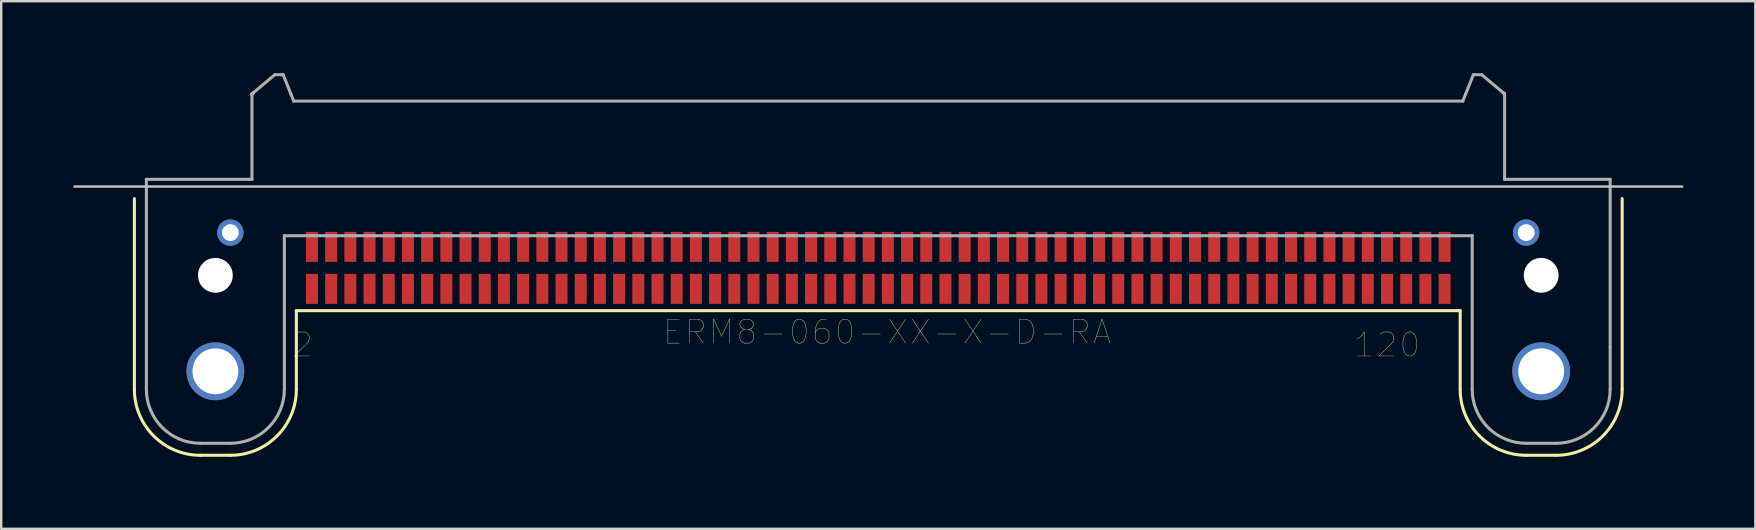
<source format=kicad_pcb>
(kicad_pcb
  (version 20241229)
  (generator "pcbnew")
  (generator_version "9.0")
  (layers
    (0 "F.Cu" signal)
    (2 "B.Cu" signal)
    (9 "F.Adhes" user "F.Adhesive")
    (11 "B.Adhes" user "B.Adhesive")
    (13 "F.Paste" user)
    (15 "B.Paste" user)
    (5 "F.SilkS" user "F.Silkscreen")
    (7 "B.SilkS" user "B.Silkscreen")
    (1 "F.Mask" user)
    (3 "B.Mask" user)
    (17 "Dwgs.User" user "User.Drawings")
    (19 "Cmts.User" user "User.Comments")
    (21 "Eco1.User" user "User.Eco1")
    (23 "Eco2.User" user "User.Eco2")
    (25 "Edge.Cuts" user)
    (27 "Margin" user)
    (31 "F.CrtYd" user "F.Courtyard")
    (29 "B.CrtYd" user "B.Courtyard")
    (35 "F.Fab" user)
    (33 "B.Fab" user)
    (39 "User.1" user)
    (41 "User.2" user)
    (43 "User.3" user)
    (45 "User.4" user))
  (footprint "ERM8-060-XX-X-D-RA"
    (layer "F.Cu")
    (at 33.55 4.723)
    (property "Reference" "ERM8-060-XX-X-D-RA" (at 0.375 6.065 0) (layer "F.SilkS") (effects (font (size 1 1) (thickness 0.015))))
    (attr through_hole)
    (fp_line (start -31 8.45) (end -31 0.5) (stroke (width 0.127) (type solid)) (layer "F.SilkS"))
    (fp_line (start -27 11.2) (end -28.25 11.2) (stroke (width 0.127) (type solid)) (layer "F.SilkS"))
    (fp_line (start -24.25 5.174) (end -24.25 8.45) (stroke (width 0.127) (type solid)) (layer "F.SilkS"))
    (fp_line (start 24.25 5.174) (end -24.25 5.174) (stroke (width 0.127) (type solid)) (layer "F.SilkS"))
    (fp_line (start 24.25 8.45) (end 24.25 5.174) (stroke (width 0.127) (type solid)) (layer "F.SilkS"))
    (fp_line (start 28.25 11.2) (end 27 11.2) (stroke (width 0.127) (type solid)) (layer "F.SilkS"))
    (fp_line (start 31 0.5) (end 31 8.45) (stroke (width 0.127) (type solid)) (layer "F.SilkS"))
    (fp_arc (start -28.25 11.2) (mid -30.194544 10.394544) (end -31 8.45) (stroke (width 0.127) (type solid)) (layer "F.SilkS"))
    (fp_arc (start -24.25 8.45) (mid -25.055456 10.394544) (end -27 11.2) (stroke (width 0.127) (type solid)) (layer "F.SilkS"))
    (fp_arc (start 27 11.2) (mid 25.055456 10.394544) (end 24.25 8.45) (stroke (width 0.127) (type solid)) (layer "F.SilkS"))
    (fp_arc (start 31 8.45) (mid 30.194544 10.394544) (end 28.25 11.2) (stroke (width 0.127) (type solid)) (layer "F.SilkS"))
    (fp_poly (pts (xy -27.625 6.495) (xy -27.562 6.497) (xy -27.499 6.502) (xy -27.436 6.51) (xy -27.374 6.521) (xy -27.313 6.536) (xy -27.253 6.554) (xy -27.193 6.575) (xy -27.135 6.599) (xy -27.078 6.626) (xy -27.023 6.656) (xy -26.969 6.689) (xy -26.917 6.725) (xy -26.867 6.764) (xy -26.819 6.805) (xy -26.773 6.848) (xy -26.73 6.894) (xy -26.689 6.942) (xy -26.65 6.992) (xy -26.614 7.044) (xy -26.581 7.098) (xy -26.551 7.153) (xy -26.524 7.21) (xy -26.5 7.268) (xy -26.479 7.328) (xy -26.461 7.388) (xy -26.446 7.449) (xy -26.435 7.511) (xy -26.427 7.574) (xy -26.422 7.637) (xy -26.42 7.7) (xy -26.422 7.763) (xy -26.427 7.826) (xy -26.435 7.889) (xy -26.446 7.951) (xy -26.461 8.012) (xy -26.479 8.072) (xy -26.5 8.132) (xy -26.524 8.19) (xy -26.551 8.247) (xy -26.581 8.303) (xy -26.614 8.356) (xy -26.65 8.408) (xy -26.689 8.458) (xy -26.73 8.506) (xy -26.773 8.552) (xy -26.819 8.595) (xy -26.867 8.636) (xy -26.917 8.675) (xy -26.969 8.711) (xy -27.023 8.744) (xy -27.078 8.774) (xy -27.135 8.801) (xy -27.193 8.825) (xy -27.253 8.846) (xy -27.313 8.864) (xy -27.374 8.879) (xy -27.436 8.89) (xy -27.499 8.898) (xy -27.562 8.903) (xy -27.625 8.905) (xy -27.688 8.903) (xy -27.751 8.898) (xy -27.814 8.89) (xy -27.876 8.879) (xy -27.937 8.864) (xy -27.997 8.846) (xy -28.057 8.825) (xy -28.115 8.801) (xy -28.172 8.774) (xy -28.227 8.744) (xy -28.281 8.711) (xy -28.333 8.675) (xy -28.383 8.636) (xy -28.431 8.595) (xy -28.477 8.552) (xy -28.52 8.506) (xy -28.561 8.458) (xy -28.6 8.408) (xy -28.636 8.356) (xy -28.669 8.303) (xy -28.699 8.247) (xy -28.726 8.19) (xy -28.75 8.132) (xy -28.771 8.072) (xy -28.789 8.012) (xy -28.804 7.951) (xy -28.815 7.889) (xy -28.823 7.826) (xy -28.828 7.763) (xy -28.83 7.7) (xy -28.828 7.637) (xy -28.823 7.574) (xy -28.815 7.511) (xy -28.804 7.449) (xy -28.789 7.388) (xy -28.771 7.328) (xy -28.75 7.268) (xy -28.726 7.21) (xy -28.699 7.153) (xy -28.669 7.098) (xy -28.636 7.044) (xy -28.6 6.992) (xy -28.561 6.942) (xy -28.52 6.894) (xy -28.477 6.848) (xy -28.431 6.805) (xy -28.383 6.764) (xy -28.333 6.725) (xy -28.281 6.689) (xy -28.227 6.656) (xy -28.172 6.626) (xy -28.115 6.599) (xy -28.057 6.575) (xy -27.997 6.554) (xy -27.937 6.536) (xy -27.876 6.521) (xy -27.814 6.51) (xy -27.751 6.502) (xy -27.688 6.497) (xy -27.625 6.495)) (stroke (width 0.127) (type solid)) (fill yes) (layer "F.Paste"))
    (fp_poly (pts (xy -27 0.955) (xy -26.949 0.956) (xy -26.899 0.96) (xy -26.849 0.967) (xy -26.799 0.976) (xy -26.75 0.988) (xy -26.702 1.002) (xy -26.654 1.019) (xy -26.607 1.038) (xy -26.562 1.06) (xy -26.517 1.084) (xy -26.474 1.111) (xy -26.433 1.139) (xy -26.393 1.17) (xy -26.354 1.203) (xy -26.318 1.238) (xy -26.283 1.274) (xy -26.25 1.313) (xy -26.219 1.353) (xy -26.191 1.394) (xy -26.164 1.438) (xy -26.14 1.482) (xy -26.118 1.527) (xy -26.099 1.574) (xy -26.082 1.622) (xy -26.068 1.67) (xy -26.056 1.719) (xy -26.047 1.769) (xy -26.04 1.819) (xy -26.036 1.869) (xy -26.035 1.92) (xy -26.036 1.971) (xy -26.04 2.021) (xy -26.047 2.071) (xy -26.056 2.121) (xy -26.068 2.17) (xy -26.082 2.218) (xy -26.099 2.266) (xy -26.118 2.313) (xy -26.14 2.358) (xy -26.164 2.402) (xy -26.191 2.446) (xy -26.219 2.487) (xy -26.25 2.527) (xy -26.283 2.566) (xy -26.318 2.602) (xy -26.354 2.637) (xy -26.393 2.67) (xy -26.433 2.701) (xy -26.474 2.729) (xy -26.517 2.756) (xy -26.562 2.78) (xy -26.607 2.802) (xy -26.654 2.821) (xy -26.702 2.838) (xy -26.75 2.852) (xy -26.799 2.864) (xy -26.849 2.873) (xy -26.899 2.88) (xy -26.949 2.884) (xy -27 2.885) (xy -27.051 2.884) (xy -27.101 2.88) (xy -27.151 2.873) (xy -27.201 2.864) (xy -27.25 2.852) (xy -27.298 2.838) (xy -27.346 2.821) (xy -27.393 2.802) (xy -27.438 2.78) (xy -27.483 2.756) (xy -27.526 2.729) (xy -27.567 2.701) (xy -27.607 2.67) (xy -27.646 2.637) (xy -27.682 2.602) (xy -27.717 2.566) (xy -27.75 2.527) (xy -27.781 2.487) (xy -27.809 2.446) (xy -27.836 2.402) (xy -27.86 2.358) (xy -27.882 2.313) (xy -27.901 2.266) (xy -27.918 2.218) (xy -27.932 2.17) (xy -27.944 2.121) (xy -27.953 2.071) (xy -27.96 2.021) (xy -27.964 1.971) (xy -27.965 1.92) (xy -27.964 1.869) (xy -27.96 1.819) (xy -27.953 1.769) (xy -27.944 1.719) (xy -27.932 1.67) (xy -27.918 1.622) (xy -27.901 1.574) (xy -27.882 1.527) (xy -27.86 1.482) (xy -27.836 1.438) (xy -27.809 1.394) (xy -27.781 1.353) (xy -27.75 1.313) (xy -27.717 1.274) (xy -27.682 1.238) (xy -27.646 1.203) (xy -27.607 1.17) (xy -27.567 1.139) (xy -27.526 1.111) (xy -27.483 1.084) (xy -27.438 1.06) (xy -27.393 1.038) (xy -27.346 1.019) (xy -27.298 1.002) (xy -27.25 0.988) (xy -27.201 0.976) (xy -27.151 0.967) (xy -27.101 0.96) (xy -27.051 0.956) (xy -27 0.955)) (stroke (width 0.127) (type solid)) (fill yes) (layer "F.Paste"))
    (fp_poly (pts (xy 27 0.955) (xy 27.051 0.956) (xy 27.101 0.96) (xy 27.151 0.967) (xy 27.201 0.976) (xy 27.25 0.988) (xy 27.298 1.002) (xy 27.346 1.019) (xy 27.393 1.038) (xy 27.438 1.06) (xy 27.483 1.084) (xy 27.526 1.111) (xy 27.567 1.139) (xy 27.607 1.17) (xy 27.646 1.203) (xy 27.682 1.238) (xy 27.717 1.274) (xy 27.75 1.313) (xy 27.781 1.353) (xy 27.809 1.394) (xy 27.836 1.438) (xy 27.86 1.482) (xy 27.882 1.527) (xy 27.901 1.574) (xy 27.918 1.622) (xy 27.932 1.67) (xy 27.944 1.719) (xy 27.953 1.769) (xy 27.96 1.819) (xy 27.964 1.869) (xy 27.965 1.92) (xy 27.964 1.971) (xy 27.96 2.021) (xy 27.953 2.071) (xy 27.944 2.121) (xy 27.932 2.17) (xy 27.918 2.218) (xy 27.901 2.266) (xy 27.882 2.313) (xy 27.86 2.358) (xy 27.836 2.402) (xy 27.809 2.446) (xy 27.781 2.487) (xy 27.75 2.527) (xy 27.717 2.566) (xy 27.682 2.602) (xy 27.646 2.637) (xy 27.607 2.67) (xy 27.567 2.701) (xy 27.526 2.729) (xy 27.483 2.756) (xy 27.438 2.78) (xy 27.393 2.802) (xy 27.346 2.821) (xy 27.298 2.838) (xy 27.25 2.852) (xy 27.201 2.864) (xy 27.151 2.873) (xy 27.101 2.88) (xy 27.051 2.884) (xy 27 2.885) (xy 26.949 2.884) (xy 26.899 2.88) (xy 26.849 2.873) (xy 26.799 2.864) (xy 26.75 2.852) (xy 26.702 2.838) (xy 26.654 2.821) (xy 26.607 2.802) (xy 26.562 2.78) (xy 26.517 2.756) (xy 26.474 2.729) (xy 26.433 2.701) (xy 26.393 2.67) (xy 26.354 2.637) (xy 26.318 2.602) (xy 26.283 2.566) (xy 26.25 2.527) (xy 26.219 2.487) (xy 26.191 2.446) (xy 26.164 2.402) (xy 26.14 2.358) (xy 26.118 2.313) (xy 26.099 2.266) (xy 26.082 2.218) (xy 26.068 2.17) (xy 26.056 2.121) (xy 26.047 2.071) (xy 26.04 2.021) (xy 26.036 1.971) (xy 26.035 1.92) (xy 26.036 1.869) (xy 26.04 1.819) (xy 26.047 1.769) (xy 26.056 1.719) (xy 26.068 1.67) (xy 26.082 1.622) (xy 26.099 1.574) (xy 26.118 1.527) (xy 26.14 1.482) (xy 26.164 1.438) (xy 26.191 1.394) (xy 26.219 1.353) (xy 26.25 1.313) (xy 26.283 1.274) (xy 26.318 1.238) (xy 26.354 1.203) (xy 26.393 1.17) (xy 26.433 1.139) (xy 26.474 1.111) (xy 26.517 1.084) (xy 26.562 1.06) (xy 26.607 1.038) (xy 26.654 1.019) (xy 26.702 1.002) (xy 26.75 0.988) (xy 26.799 0.976) (xy 26.849 0.967) (xy 26.899 0.96) (xy 26.949 0.956) (xy 27 0.955)) (stroke (width 0.127) (type solid)) (fill yes) (layer "F.Paste"))
    (fp_poly (pts (xy 27.625 6.495) (xy 27.688 6.497) (xy 27.751 6.502) (xy 27.814 6.51) (xy 27.876 6.521) (xy 27.937 6.536) (xy 27.997 6.554) (xy 28.057 6.575) (xy 28.115 6.599) (xy 28.172 6.626) (xy 28.227 6.656) (xy 28.281 6.689) (xy 28.333 6.725) (xy 28.383 6.764) (xy 28.431 6.805) (xy 28.477 6.848) (xy 28.52 6.894) (xy 28.561 6.942) (xy 28.6 6.992) (xy 28.636 7.044) (xy 28.669 7.098) (xy 28.699 7.153) (xy 28.726 7.21) (xy 28.75 7.268) (xy 28.771 7.328) (xy 28.789 7.388) (xy 28.804 7.449) (xy 28.815 7.511) (xy 28.823 7.574) (xy 28.828 7.637) (xy 28.83 7.7) (xy 28.828 7.763) (xy 28.823 7.826) (xy 28.815 7.889) (xy 28.804 7.951) (xy 28.789 8.012) (xy 28.771 8.072) (xy 28.75 8.132) (xy 28.726 8.19) (xy 28.699 8.247) (xy 28.669 8.303) (xy 28.636 8.356) (xy 28.6 8.408) (xy 28.561 8.458) (xy 28.52 8.506) (xy 28.477 8.552) (xy 28.431 8.595) (xy 28.383 8.636) (xy 28.333 8.675) (xy 28.281 8.711) (xy 28.227 8.744) (xy 28.172 8.774) (xy 28.115 8.801) (xy 28.057 8.825) (xy 27.997 8.846) (xy 27.937 8.864) (xy 27.876 8.879) (xy 27.814 8.89) (xy 27.751 8.898) (xy 27.688 8.903) (xy 27.625 8.905) (xy 27.562 8.903) (xy 27.499 8.898) (xy 27.436 8.89) (xy 27.374 8.879) (xy 27.313 8.864) (xy 27.253 8.846) (xy 27.193 8.825) (xy 27.135 8.801) (xy 27.078 8.774) (xy 27.023 8.744) (xy 26.969 8.711) (xy 26.917 8.675) (xy 26.867 8.636) (xy 26.819 8.595) (xy 26.773 8.552) (xy 26.73 8.506) (xy 26.689 8.458) (xy 26.65 8.408) (xy 26.614 8.356) (xy 26.581 8.303) (xy 26.551 8.247) (xy 26.524 8.19) (xy 26.5 8.132) (xy 26.479 8.072) (xy 26.461 8.012) (xy 26.446 7.951) (xy 26.435 7.889) (xy 26.427 7.826) (xy 26.422 7.763) (xy 26.42 7.7) (xy 26.422 7.637) (xy 26.427 7.574) (xy 26.435 7.511) (xy 26.446 7.449) (xy 26.461 7.388) (xy 26.479 7.328) (xy 26.5 7.268) (xy 26.524 7.21) (xy 26.551 7.153) (xy 26.581 7.098) (xy 26.614 7.044) (xy 26.65 6.992) (xy 26.689 6.942) (xy 26.73 6.894) (xy 26.773 6.848) (xy 26.819 6.805) (xy 26.867 6.764) (xy 26.917 6.725) (xy 26.969 6.689) (xy 27.023 6.656) (xy 27.078 6.626) (xy 27.135 6.599) (xy 27.193 6.575) (xy 27.253 6.554) (xy 27.313 6.536) (xy 27.374 6.521) (xy 27.436 6.51) (xy 27.499 6.502) (xy 27.562 6.497) (xy 27.625 6.495)) (stroke (width 0.127) (type solid)) (fill yes) (layer "F.Paste"))
    (fp_line (start -33.5 0) (end 33.5 0) (stroke (width 0.1) (type solid)) (layer "Dwgs.User"))
    (fp_line (start -30.5 -0.3) (end -30.5 8.45) (stroke (width 0.127) (type solid)) (layer "F.Fab"))
    (fp_line (start -28.25 10.7) (end -27 10.7) (stroke (width 0.127) (type solid)) (layer "F.Fab"))
    (fp_line (start -26.1 -3.86) (end -26.1 -0.3) (stroke (width 0.127) (type solid)) (layer "F.Fab"))
    (fp_line (start -26.1 -0.3) (end -30.5 -0.3) (stroke (width 0.127) (type solid)) (layer "F.Fab"))
    (fp_line (start -26.099 -3.861) (end -26.1 -3.86) (stroke (width 0.127) (type solid)) (layer "F.Fab"))
    (fp_line (start -26.094 -3.865) (end -26.099 -3.861) (stroke (width 0.127) (type solid)) (layer "F.Fab"))
    (fp_line (start -26.087 -3.871) (end -26.094 -3.865) (stroke (width 0.127) (type solid)) (layer "F.Fab"))
    (fp_line (start -26.077 -3.879) (end -26.087 -3.871) (stroke (width 0.127) (type solid)) (layer "F.Fab"))
    (fp_line (start -26.065 -3.89) (end -26.077 -3.879) (stroke (width 0.127) (type solid)) (layer "F.Fab"))
    (fp_line (start -26.05 -3.902) (end -26.065 -3.89) (stroke (width 0.127) (type solid)) (layer "F.Fab"))
    (fp_line (start -26.033 -3.916) (end -26.05 -3.902) (stroke (width 0.127) (type solid)) (layer "F.Fab"))
    (fp_line (start -25.147 -4.66) (end -26.033 -3.916) (stroke (width 0.127) (type solid)) (layer "F.Fab"))
    (fp_line (start -24.8 -4.66) (end -25.147 -4.66) (stroke (width 0.127) (type solid)) (layer "F.Fab"))
    (fp_line (start -24.75 2.05) (end 24.75 2.05) (stroke (width 0.127) (type solid)) (layer "F.Fab"))
    (fp_line (start -24.75 8.45) (end -24.75 2.05) (stroke (width 0.127) (type solid)) (layer "F.Fab"))
    (fp_line (start -24.48 -3.86) (end -24.8 -4.66) (stroke (width 0.127) (type solid)) (layer "F.Fab"))
    (fp_line (start -24.36 -3.56) (end -24.48 -3.86) (stroke (width 0.127) (type solid)) (layer "F.Fab"))
    (fp_line (start 24.36 -3.56) (end -24.36 -3.56) (stroke (width 0.127) (type solid)) (layer "F.Fab"))
    (fp_line (start 24.48 -3.86) (end 24.36 -3.56) (stroke (width 0.127) (type solid)) (layer "F.Fab"))
    (fp_line (start 24.75 2.05) (end 24.75 8.45) (stroke (width 0.127) (type solid)) (layer "F.Fab"))
    (fp_line (start 24.8 -4.66) (end 24.48 -3.86) (stroke (width 0.127) (type solid)) (layer "F.Fab"))
    (fp_line (start 25.147 -4.66) (end 24.8 -4.66) (stroke (width 0.127) (type solid)) (layer "F.Fab"))
    (fp_line (start 26.033 -3.916) (end 25.147 -4.66) (stroke (width 0.127) (type solid)) (layer "F.Fab"))
    (fp_line (start 26.05 -3.902) (end 26.033 -3.916) (stroke (width 0.127) (type solid)) (layer "F.Fab"))
    (fp_line (start 26.065 -3.89) (end 26.05 -3.902) (stroke (width 0.127) (type solid)) (layer "F.Fab"))
    (fp_line (start 26.077 -3.879) (end 26.065 -3.89) (stroke (width 0.127) (type solid)) (layer "F.Fab"))
    (fp_line (start 26.087 -3.871) (end 26.077 -3.879) (stroke (width 0.127) (type solid)) (layer "F.Fab"))
    (fp_line (start 26.094 -3.865) (end 26.087 -3.871) (stroke (width 0.127) (type solid)) (layer "F.Fab"))
    (fp_line (start 26.099 -3.861) (end 26.094 -3.865) (stroke (width 0.127) (type solid)) (layer "F.Fab"))
    (fp_line (start 26.1 -3.86) (end 26.099 -3.861) (stroke (width 0.127) (type solid)) (layer "F.Fab"))
    (fp_line (start 26.1 -0.3) (end 26.1 -3.86) (stroke (width 0.127) (type solid)) (layer "F.Fab"))
    (fp_line (start 27 10.7) (end 28.25 10.7) (stroke (width 0.127) (type solid)) (layer "F.Fab"))
    (fp_line (start 30.5 -0.3) (end 26.1 -0.3) (stroke (width 0.127) (type solid)) (layer "F.Fab"))
    (fp_line (start 30.5 6.7) (end 30.5 -0.3) (stroke (width 0.127) (type solid)) (layer "F.Fab"))
    (fp_line (start 30.5 8.45) (end 30.5 6.7) (stroke (width 0.127) (type solid)) (layer "F.Fab"))
    (fp_arc (start -28.25 10.7) (mid -29.84099 10.04099) (end -30.5 8.45) (stroke (width 0.127) (type solid)) (layer "F.Fab"))
    (fp_arc (start -24.75 8.45) (mid -25.40901 10.04099) (end -27 10.7) (stroke (width 0.127) (type solid)) (layer "F.Fab"))
    (fp_arc (start 27 10.7) (mid 25.40901 10.04099) (end 24.75 8.45) (stroke (width 0.127) (type solid)) (layer "F.Fab"))
    (fp_arc (start 30.5 8.45) (mid 29.84099 10.04099) (end 28.25 10.7) (stroke (width 0.127) (type solid)) (layer "F.Fab"))
    (fp_text user "120" (at 21.2 6.6 0) (layer "F.SilkS") (effects (font (size 1 1) (thickness 0.015))))
    (fp_text user "2" (at -24 6.6 0) (layer "F.SilkS") (effects (font (size 1 1) (thickness 0.015))))
    (pad "" np_thru_hole circle (at -27.625 3.7) (size 1.45 1.45) (drill 1.45) (layers "*.Cu" "*.Mask"))
    (pad "" np_thru_hole circle (at 27.625 3.7) (size 1.45 1.45) (drill 1.45) (layers "*.Cu" "*.Mask"))
    (pad "1" smd rect (at -23.6 2.515) (size 0.5 1.25) (layers "F.Cu" "F.Mask" "F.Paste"))
    (pad "2" smd rect (at -23.6 4.265) (size 0.5 1.25) (layers "F.Cu" "F.Mask" "F.Paste"))
    (pad "3" smd rect (at -22.8 2.515) (size 0.5 1.25) (layers "F.Cu" "F.Mask" "F.Paste"))
    (pad "4" smd rect (at -22.8 4.265) (size 0.5 1.25) (layers "F.Cu" "F.Mask" "F.Paste"))
    (pad "5" smd rect (at -22 2.515) (size 0.5 1.25) (layers "F.Cu" "F.Mask" "F.Paste"))
    (pad "6" smd rect (at -22 4.265) (size 0.5 1.25) (layers "F.Cu" "F.Mask" "F.Paste"))
    (pad "7" smd rect (at -21.2 2.515) (size 0.5 1.25) (layers "F.Cu" "F.Mask" "F.Paste"))
    (pad "8" smd rect (at -21.2 4.265) (size 0.5 1.25) (layers "F.Cu" "F.Mask" "F.Paste"))
    (pad "9" smd rect (at -20.4 2.515) (size 0.5 1.25) (layers "F.Cu" "F.Mask" "F.Paste"))
    (pad "10" smd rect (at -20.4 4.265) (size 0.5 1.25) (layers "F.Cu" "F.Mask" "F.Paste"))
    (pad "11" smd rect (at -19.6 2.515) (size 0.5 1.25) (layers "F.Cu" "F.Mask" "F.Paste"))
    (pad "12" smd rect (at -19.6 4.265) (size 0.5 1.25) (layers "F.Cu" "F.Mask" "F.Paste"))
    (pad "13" smd rect (at -18.8 2.515) (size 0.5 1.25) (layers "F.Cu" "F.Mask" "F.Paste"))
    (pad "14" smd rect (at -18.8 4.265) (size 0.5 1.25) (layers "F.Cu" "F.Mask" "F.Paste"))
    (pad "15" smd rect (at -18 2.515) (size 0.5 1.25) (layers "F.Cu" "F.Mask" "F.Paste"))
    (pad "16" smd rect (at -18 4.265) (size 0.5 1.25) (layers "F.Cu" "F.Mask" "F.Paste"))
    (pad "17" smd rect (at -17.2 2.515) (size 0.5 1.25) (layers "F.Cu" "F.Mask" "F.Paste"))
    (pad "18" smd rect (at -17.2 4.265) (size 0.5 1.25) (layers "F.Cu" "F.Mask" "F.Paste"))
    (pad "19" smd rect (at -16.4 2.515) (size 0.5 1.25) (layers "F.Cu" "F.Mask" "F.Paste"))
    (pad "20" smd rect (at -16.4 4.265) (size 0.5 1.25) (layers "F.Cu" "F.Mask" "F.Paste"))
    (pad "21" smd rect (at -15.6 2.515) (size 0.5 1.25) (layers "F.Cu" "F.Mask" "F.Paste"))
    (pad "22" smd rect (at -15.6 4.265) (size 0.5 1.25) (layers "F.Cu" "F.Mask" "F.Paste"))
    (pad "23" smd rect (at -14.8 2.515) (size 0.5 1.25) (layers "F.Cu" "F.Mask" "F.Paste"))
    (pad "24" smd rect (at -14.8 4.265) (size 0.5 1.25) (layers "F.Cu" "F.Mask" "F.Paste"))
    (pad "25" smd rect (at -14 2.515) (size 0.5 1.25) (layers "F.Cu" "F.Mask" "F.Paste"))
    (pad "26" smd rect (at -14 4.265) (size 0.5 1.25) (layers "F.Cu" "F.Mask" "F.Paste"))
    (pad "27" smd rect (at -13.2 2.515) (size 0.5 1.25) (layers "F.Cu" "F.Mask" "F.Paste"))
    (pad "28" smd rect (at -13.2 4.265) (size 0.5 1.25) (layers "F.Cu" "F.Mask" "F.Paste"))
    (pad "29" smd rect (at -12.4 2.515) (size 0.5 1.25) (layers "F.Cu" "F.Mask" "F.Paste"))
    (pad "30" smd rect (at -12.4 4.265) (size 0.5 1.25) (layers "F.Cu" "F.Mask" "F.Paste"))
    (pad "31" smd rect (at -11.6 2.515) (size 0.5 1.25) (layers "F.Cu" "F.Mask" "F.Paste"))
    (pad "32" smd rect (at -11.6 4.265) (size 0.5 1.25) (layers "F.Cu" "F.Mask" "F.Paste"))
    (pad "33" smd rect (at -10.8 2.515) (size 0.5 1.25) (layers "F.Cu" "F.Mask" "F.Paste"))
    (pad "34" smd rect (at -10.8 4.265) (size 0.5 1.25) (layers "F.Cu" "F.Mask" "F.Paste"))
    (pad "35" smd rect (at -10 2.515) (size 0.5 1.25) (layers "F.Cu" "F.Mask" "F.Paste"))
    (pad "36" smd rect (at -10 4.265) (size 0.5 1.25) (layers "F.Cu" "F.Mask" "F.Paste"))
    (pad "37" smd rect (at -9.2 2.515) (size 0.5 1.25) (layers "F.Cu" "F.Mask" "F.Paste"))
    (pad "38" smd rect (at -9.2 4.265) (size 0.5 1.25) (layers "F.Cu" "F.Mask" "F.Paste"))
    (pad "39" smd rect (at -8.4 2.515) (size 0.5 1.25) (layers "F.Cu" "F.Mask" "F.Paste"))
    (pad "40" smd rect (at -8.4 4.265) (size 0.5 1.25) (layers "F.Cu" "F.Mask" "F.Paste"))
    (pad "41" smd rect (at -7.6 2.515) (size 0.5 1.25) (layers "F.Cu" "F.Mask" "F.Paste"))
    (pad "42" smd rect (at -7.6 4.265) (size 0.5 1.25) (layers "F.Cu" "F.Mask" "F.Paste"))
    (pad "43" smd rect (at -6.8 2.515) (size 0.5 1.25) (layers "F.Cu" "F.Mask" "F.Paste"))
    (pad "44" smd rect (at -6.8 4.265) (size 0.5 1.25) (layers "F.Cu" "F.Mask" "F.Paste"))
    (pad "45" smd rect (at -6 2.515) (size 0.5 1.25) (layers "F.Cu" "F.Mask" "F.Paste"))
    (pad "46" smd rect (at -6 4.265) (size 0.5 1.25) (layers "F.Cu" "F.Mask" "F.Paste"))
    (pad "47" smd rect (at -5.2 2.515) (size 0.5 1.25) (layers "F.Cu" "F.Mask" "F.Paste"))
    (pad "48" smd rect (at -5.2 4.265) (size 0.5 1.25) (layers "F.Cu" "F.Mask" "F.Paste"))
    (pad "49" smd rect (at -4.4 2.515) (size 0.5 1.25) (layers "F.Cu" "F.Mask" "F.Paste"))
    (pad "50" smd rect (at -4.4 4.265) (size 0.5 1.25) (layers "F.Cu" "F.Mask" "F.Paste"))
    (pad "51" smd rect (at -3.6 2.515) (size 0.5 1.25) (layers "F.Cu" "F.Mask" "F.Paste"))
    (pad "52" smd rect (at -3.6 4.265) (size 0.5 1.25) (layers "F.Cu" "F.Mask" "F.Paste"))
    (pad "53" smd rect (at -2.8 2.515) (size 0.5 1.25) (layers "F.Cu" "F.Mask" "F.Paste"))
    (pad "54" smd rect (at -2.8 4.265) (size 0.5 1.25) (layers "F.Cu" "F.Mask" "F.Paste"))
    (pad "55" smd rect (at -2 2.515) (size 0.5 1.25) (layers "F.Cu" "F.Mask" "F.Paste"))
    (pad "56" smd rect (at -2 4.265) (size 0.5 1.25) (layers "F.Cu" "F.Mask" "F.Paste"))
    (pad "57" smd rect (at -1.2 2.515) (size 0.5 1.25) (layers "F.Cu" "F.Mask" "F.Paste"))
    (pad "58" smd rect (at -1.2 4.265) (size 0.5 1.25) (layers "F.Cu" "F.Mask" "F.Paste"))
    (pad "59" smd rect (at -0.4 2.515) (size 0.5 1.25) (layers "F.Cu" "F.Mask" "F.Paste"))
    (pad "60" smd rect (at -0.4 4.265) (size 0.5 1.25) (layers "F.Cu" "F.Mask" "F.Paste"))
    (pad "61" smd rect (at 0.4 2.515) (size 0.5 1.25) (layers "F.Cu" "F.Mask" "F.Paste"))
    (pad "62" smd rect (at 0.4 4.265) (size 0.5 1.25) (layers "F.Cu" "F.Mask" "F.Paste"))
    (pad "63" smd rect (at 1.2 2.515) (size 0.5 1.25) (layers "F.Cu" "F.Mask" "F.Paste"))
    (pad "64" smd rect (at 1.2 4.265) (size 0.5 1.25) (layers "F.Cu" "F.Mask" "F.Paste"))
    (pad "65" smd rect (at 2 2.515) (size 0.5 1.25) (layers "F.Cu" "F.Mask" "F.Paste"))
    (pad "66" smd rect (at 2 4.265) (size 0.5 1.25) (layers "F.Cu" "F.Mask" "F.Paste"))
    (pad "67" smd rect (at 2.8 2.515) (size 0.5 1.25) (layers "F.Cu" "F.Mask" "F.Paste"))
    (pad "68" smd rect (at 2.8 4.265) (size 0.5 1.25) (layers "F.Cu" "F.Mask" "F.Paste"))
    (pad "69" smd rect (at 3.6 2.515) (size 0.5 1.25) (layers "F.Cu" "F.Mask" "F.Paste"))
    (pad "70" smd rect (at 3.6 4.265) (size 0.5 1.25) (layers "F.Cu" "F.Mask" "F.Paste"))
    (pad "71" smd rect (at 4.4 2.515) (size 0.5 1.25) (layers "F.Cu" "F.Mask" "F.Paste"))
    (pad "72" smd rect (at 4.4 4.265) (size 0.5 1.25) (layers "F.Cu" "F.Mask" "F.Paste"))
    (pad "73" smd rect (at 5.2 2.515) (size 0.5 1.25) (layers "F.Cu" "F.Mask" "F.Paste"))
    (pad "74" smd rect (at 5.2 4.265) (size 0.5 1.25) (layers "F.Cu" "F.Mask" "F.Paste"))
    (pad "75" smd rect (at 6 2.515) (size 0.5 1.25) (layers "F.Cu" "F.Mask" "F.Paste"))
    (pad "76" smd rect (at 6 4.265) (size 0.5 1.25) (layers "F.Cu" "F.Mask" "F.Paste"))
    (pad "77" smd rect (at 6.8 2.515) (size 0.5 1.25) (layers "F.Cu" "F.Mask" "F.Paste"))
    (pad "78" smd rect (at 6.8 4.265) (size 0.5 1.25) (layers "F.Cu" "F.Mask" "F.Paste"))
    (pad "79" smd rect (at 7.6 2.515) (size 0.5 1.25) (layers "F.Cu" "F.Mask" "F.Paste"))
    (pad "80" smd rect (at 7.6 4.265) (size 0.5 1.25) (layers "F.Cu" "F.Mask" "F.Paste"))
    (pad "81" smd rect (at 8.4 2.515) (size 0.5 1.25) (layers "F.Cu" "F.Mask" "F.Paste"))
    (pad "82" smd rect (at 8.4 4.265) (size 0.5 1.25) (layers "F.Cu" "F.Mask" "F.Paste"))
    (pad "83" smd rect (at 9.2 2.515) (size 0.5 1.25) (layers "F.Cu" "F.Mask" "F.Paste"))
    (pad "84" smd rect (at 9.2 4.265) (size 0.5 1.25) (layers "F.Cu" "F.Mask" "F.Paste"))
    (pad "85" smd rect (at 10 2.515) (size 0.5 1.25) (layers "F.Cu" "F.Mask" "F.Paste"))
    (pad "86" smd rect (at 10 4.265) (size 0.5 1.25) (layers "F.Cu" "F.Mask" "F.Paste"))
    (pad "87" smd rect (at 10.8 2.515) (size 0.5 1.25) (layers "F.Cu" "F.Mask" "F.Paste"))
    (pad "88" smd rect (at 10.8 4.265) (size 0.5 1.25) (layers "F.Cu" "F.Mask" "F.Paste"))
    (pad "89" smd rect (at 11.6 2.515) (size 0.5 1.25) (layers "F.Cu" "F.Mask" "F.Paste"))
    (pad "90" smd rect (at 11.6 4.265) (size 0.5 1.25) (layers "F.Cu" "F.Mask" "F.Paste"))
    (pad "91" smd rect (at 12.4 2.515) (size 0.5 1.25) (layers "F.Cu" "F.Mask" "F.Paste"))
    (pad "92" smd rect (at 12.4 4.265) (size 0.5 1.25) (layers "F.Cu" "F.Mask" "F.Paste"))
    (pad "93" smd rect (at 13.2 2.515) (size 0.5 1.25) (layers "F.Cu" "F.Mask" "F.Paste"))
    (pad "94" smd rect (at 13.2 4.265) (size 0.5 1.25) (layers "F.Cu" "F.Mask" "F.Paste"))
    (pad "95" smd rect (at 14 2.515) (size 0.5 1.25) (layers "F.Cu" "F.Mask" "F.Paste"))
    (pad "96" smd rect (at 14 4.265) (size 0.5 1.25) (layers "F.Cu" "F.Mask" "F.Paste"))
    (pad "97" smd rect (at 14.8 2.515) (size 0.5 1.25) (layers "F.Cu" "F.Mask" "F.Paste"))
    (pad "98" smd rect (at 14.8 4.265) (size 0.5 1.25) (layers "F.Cu" "F.Mask" "F.Paste"))
    (pad "99" smd rect (at 15.6 2.515) (size 0.5 1.25) (layers "F.Cu" "F.Mask" "F.Paste"))
    (pad "100" smd rect (at 15.6 4.265) (size 0.5 1.25) (layers "F.Cu" "F.Mask" "F.Paste"))
    (pad "101" smd rect (at 16.4 2.515) (size 0.5 1.25) (layers "F.Cu" "F.Mask" "F.Paste"))
    (pad "102" smd rect (at 16.4 4.265) (size 0.5 1.25) (layers "F.Cu" "F.Mask" "F.Paste"))
    (pad "103" smd rect (at 17.2 2.515) (size 0.5 1.25) (layers "F.Cu" "F.Mask" "F.Paste"))
    (pad "104" smd rect (at 17.2 4.265) (size 0.5 1.25) (layers "F.Cu" "F.Mask" "F.Paste"))
    (pad "105" smd rect (at 18 2.515) (size 0.5 1.25) (layers "F.Cu" "F.Mask" "F.Paste"))
    (pad "106" smd rect (at 18 4.265) (size 0.5 1.25) (layers "F.Cu" "F.Mask" "F.Paste"))
    (pad "107" smd rect (at 18.8 2.515) (size 0.5 1.25) (layers "F.Cu" "F.Mask" "F.Paste"))
    (pad "108" smd rect (at 18.8 4.265) (size 0.5 1.25) (layers "F.Cu" "F.Mask" "F.Paste"))
    (pad "109" smd rect (at 19.6 2.515) (size 0.5 1.25) (layers "F.Cu" "F.Mask" "F.Paste"))
    (pad "110" smd rect (at 19.6 4.265) (size 0.5 1.25) (layers "F.Cu" "F.Mask" "F.Paste"))
    (pad "111" smd rect (at 20.4 2.515) (size 0.5 1.25) (layers "F.Cu" "F.Mask" "F.Paste"))
    (pad "112" smd rect (at 20.4 4.265) (size 0.5 1.25) (layers "F.Cu" "F.Mask" "F.Paste"))
    (pad "113" smd rect (at 21.2 2.515) (size 0.5 1.25) (layers "F.Cu" "F.Mask" "F.Paste"))
    (pad "114" smd rect (at 21.2 4.265) (size 0.5 1.25) (layers "F.Cu" "F.Mask" "F.Paste"))
    (pad "115" smd rect (at 22 2.515) (size 0.5 1.25) (layers "F.Cu" "F.Mask" "F.Paste"))
    (pad "116" smd rect (at 22 4.265) (size 0.5 1.25) (layers "F.Cu" "F.Mask" "F.Paste"))
    (pad "117" smd rect (at 22.8 2.515) (size 0.5 1.25) (layers "F.Cu" "F.Mask" "F.Paste"))
    (pad "118" smd rect (at 22.8 4.265) (size 0.5 1.25) (layers "F.Cu" "F.Mask" "F.Paste"))
    (pad "119" smd rect (at 23.6 2.515) (size 0.5 1.25) (layers "F.Cu" "F.Mask" "F.Paste"))
    (pad "120" smd rect (at 23.6 4.265) (size 0.5 1.25) (layers "F.Cu" "F.Mask" "F.Paste"))
    (pad "G1" thru_hole circle (at -27 1.92) (size 1.1 1.1) (drill 0.7) (layers "*.Cu" "*.Mask"))
    (pad "G2" thru_hole circle (at -27.625 7.7) (size 2.41 2.41) (drill 1.91) (layers "*.Cu" "*.Mask"))
    (pad "G3" thru_hole circle (at 27 1.92) (size 1.1 1.1) (drill 0.7) (layers "*.Cu" "*.Mask"))
    (pad "G4" thru_hole circle (at 27.625 7.7) (size 2.41 2.41) (drill 1.91) (layers "*.Cu" "*.Mask")))
  (gr_rect
    (start -3 -3)
    (end 70.1 18.987)
    (stroke (width 0.1) (type default))
    (fill no)
    (layer "Edge.Cuts")))
</source>
